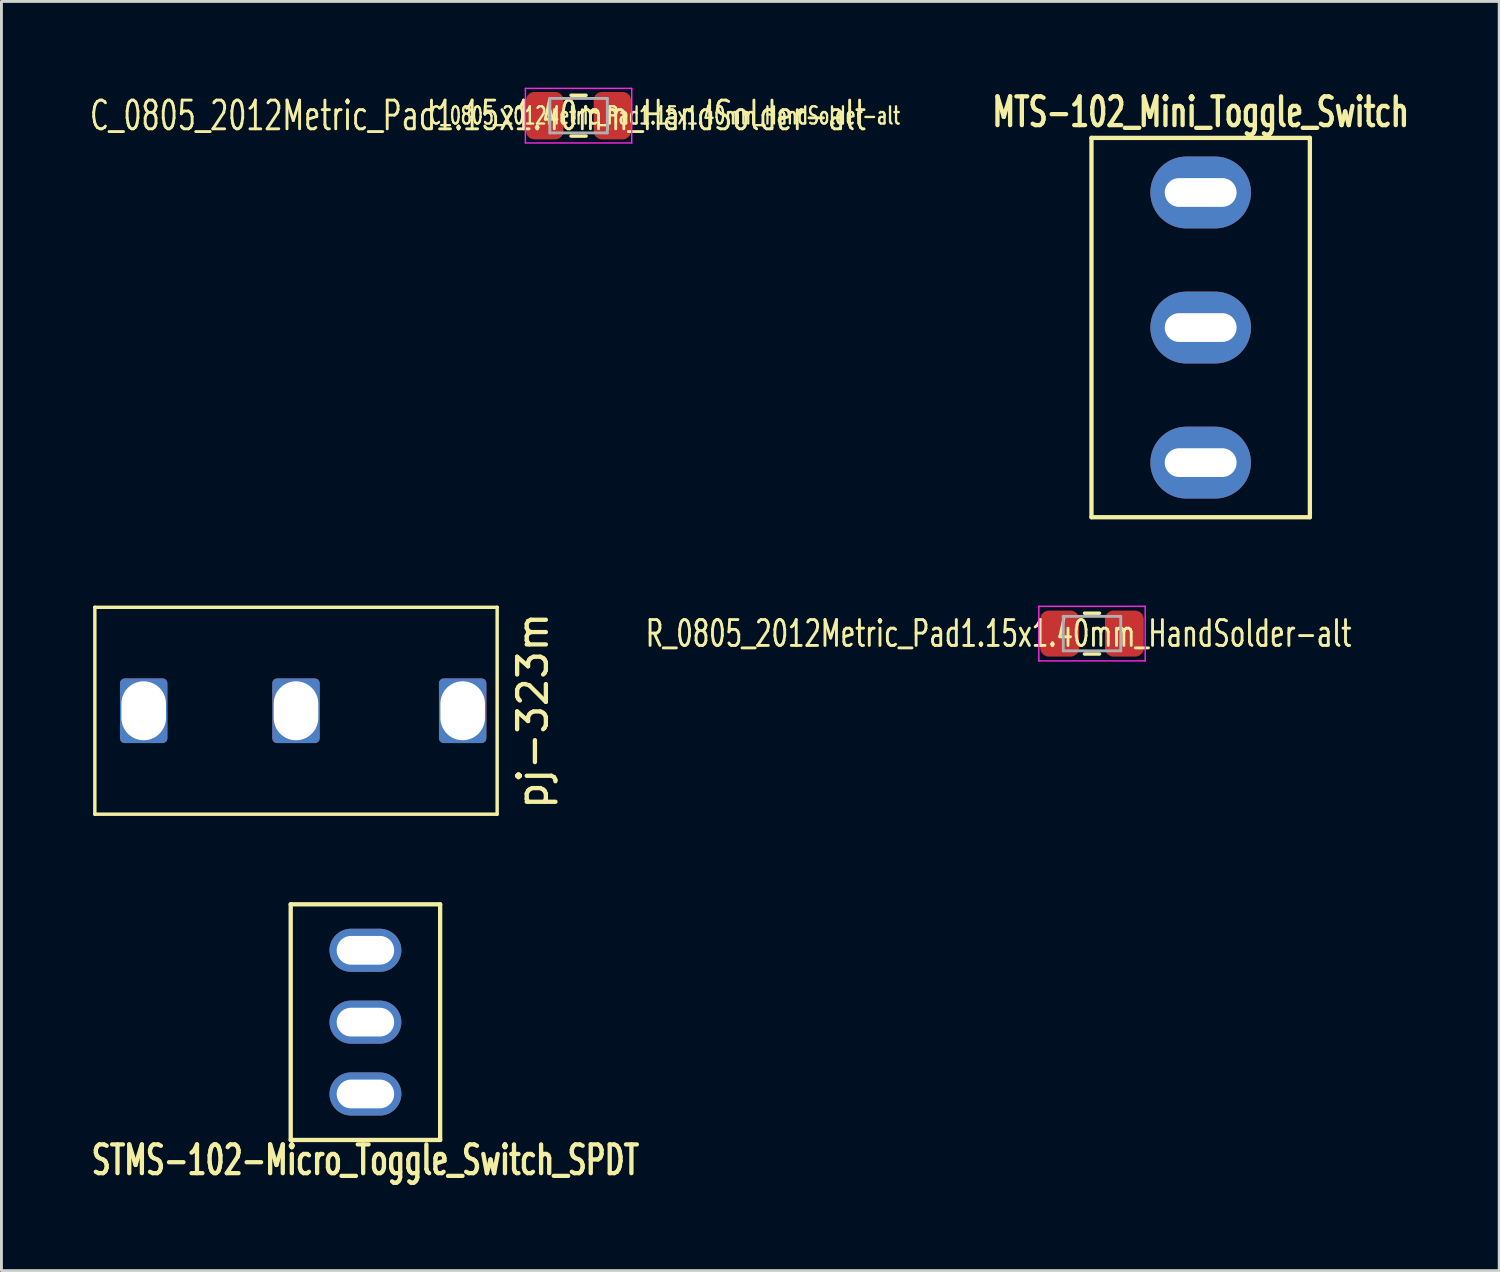
<source format=kicad_pcb>
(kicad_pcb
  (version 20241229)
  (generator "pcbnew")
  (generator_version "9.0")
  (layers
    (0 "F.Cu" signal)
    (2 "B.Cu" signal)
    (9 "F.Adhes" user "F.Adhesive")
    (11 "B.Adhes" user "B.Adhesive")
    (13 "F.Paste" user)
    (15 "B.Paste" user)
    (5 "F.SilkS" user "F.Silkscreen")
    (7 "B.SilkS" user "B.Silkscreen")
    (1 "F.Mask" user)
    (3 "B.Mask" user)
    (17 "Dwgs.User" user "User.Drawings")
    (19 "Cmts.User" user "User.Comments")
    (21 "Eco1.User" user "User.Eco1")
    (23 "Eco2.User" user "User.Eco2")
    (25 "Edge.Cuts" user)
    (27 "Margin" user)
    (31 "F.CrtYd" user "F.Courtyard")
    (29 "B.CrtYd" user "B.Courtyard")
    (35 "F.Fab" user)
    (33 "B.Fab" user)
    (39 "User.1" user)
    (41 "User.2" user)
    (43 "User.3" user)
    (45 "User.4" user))
  (footprint "R_0805_2012Metric_Pad1.15x1.40mm_HandSolder-alt"
    (layer "F.Cu")
    (at 34.95 18.998)
    (property "Reference" "R_0805_2012Metric_Pad1.15x1.40mm_HandSolder-alt" (at -3.25 0 0) (layer "F.SilkS") (effects (font (size 0.9 0.6) (thickness 0.1))))
    (attr smd)
    (fp_line (start -0.261 -0.71) (end 0.261 -0.71) (stroke (width 0.12) (type solid)) (layer "F.SilkS"))
    (fp_line (start -0.261 0.71) (end 0.261 0.71) (stroke (width 0.12) (type solid)) (layer "F.SilkS"))
    (fp_line (start -1.85 -0.95) (end 1.85 -0.95) (stroke (width 0.05) (type solid)) (layer "F.CrtYd"))
    (fp_line (start -1.85 0.95) (end -1.85 -0.95) (stroke (width 0.05) (type solid)) (layer "F.CrtYd"))
    (fp_line (start 1.85 -0.95) (end 1.85 0.95) (stroke (width 0.05) (type solid)) (layer "F.CrtYd"))
    (fp_line (start 1.85 0.95) (end -1.85 0.95) (stroke (width 0.05) (type solid)) (layer "F.CrtYd"))
    (fp_line (start -1 -0.6) (end 1 -0.6) (stroke (width 0.1) (type solid)) (layer "F.Fab"))
    (fp_line (start -1 0.6) (end -1 -0.6) (stroke (width 0.1) (type solid)) (layer "F.Fab"))
    (fp_line (start 1 -0.6) (end 1 0.6) (stroke (width 0.1) (type solid)) (layer "F.Fab"))
    (fp_line (start 1 0.6) (end -1 0.6) (stroke (width 0.1) (type solid)) (layer "F.Fab"))
    (pad "1" smd roundrect (at -1.025 0) (size 1.35 1.6) (drill (offset -0.1 0)) (layers "F.Cu" "F.Mask" "F.Paste") (roundrect_rratio 0.217))
    (pad "2" smd roundrect (at 1.025 0) (size 1.35 1.6) (drill (offset 0.1 0)) (layers "F.Cu" "F.Mask" "F.Paste") (roundrect_rratio 0.217)))
  (footprint "STMS-102-Micro_Toggle_Switch_SPDT"
    (layer "F.Cu")
    (at 9.666 32.518)
    (property "Reference" "STMS-102-Micro_Toggle_Switch_SPDT" (at 0 4.8 0) (layer "F.SilkS") (effects (font (size 1 0.66) (thickness 0.15))))
    (attr through_hole)
    (fp_line (start -2.6 4.1) (end -2.6 -4.1) (stroke (width 0.15) (type solid)) (layer "F.SilkS"))
    (fp_line (start -2.6 4.1) (end 2.6 4.1) (stroke (width 0.15) (type solid)) (layer "F.SilkS"))
    (fp_line (start 2.6 -4.1) (end -2.6 -4.1) (stroke (width 0.15) (type solid)) (layer "F.SilkS"))
    (fp_line (start 2.6 4.1) (end 2.6 -4.1) (stroke (width 0.15) (type solid)) (layer "F.SilkS"))
    (pad "1" thru_hole oval (at 0 -2.5) (size 2.5 1.5) (drill oval 2 1) (layers "*.Cu" "*.Mask" "B.Paste"))
    (pad "2" thru_hole oval (at 0 0) (size 2.5 1.5) (drill oval 2 1) (layers "*.Cu" "*.Mask" "B.Paste"))
    (pad "3" thru_hole oval (at 0 2.5) (size 2.5 1.5) (drill oval 2 1) (layers "*.Cu" "*.Mask" "B.Paste")))
  (footprint "MTS-102_Mini_Toggle_Switch"
    (layer "F.Cu")
    (at 38.731 8.348)
    (property "Reference" "MTS-102_Mini_Toggle_Switch" (at 0 -7.5 0) (layer "F.SilkS") (effects (font (size 1 0.66) (thickness 0.15))))
    (attr through_hole)
    (fp_line (start -3.8 6.6) (end -3.8 -6.6) (stroke (width 0.15) (type solid)) (layer "F.SilkS"))
    (fp_line (start 3.8 -6.6) (end -3.8 -6.6) (stroke (width 0.15) (type solid)) (layer "F.SilkS"))
    (fp_line (start 3.8 -6.6) (end 3.8 6.6) (stroke (width 0.15) (type solid)) (layer "F.SilkS"))
    (fp_line (start 3.8 6.6) (end -3.8 6.6) (stroke (width 0.15) (type solid)) (layer "F.SilkS"))
    (pad "1" thru_hole oval (at 0 -4.7) (size 3.5 2.5) (drill oval 2.5 1) (layers "*.Cu" "*.Mask" "B.Paste"))
    (pad "2" thru_hole oval (at 0 0) (size 3.5 2.5) (drill oval 2.5 1) (layers "*.Cu" "*.Mask" "B.Paste"))
    (pad "3" thru_hole oval (at 0 4.7) (size 3.5 2.5) (drill oval 2.5 1) (layers "*.Cu" "*.Mask" "B.Paste")))
  (footprint "pj-323m"
    (layer "F.Cu")
    (at 0.25 21.683)
    (property "Reference" "pj-323m" (at 15.24 0 90) (layer "F.SilkS") (effects (font (size 1 1) (thickness 0.15))))
    (attr through_hole)
    (fp_line (start 0 -3.6) (end 14 -3.6) (stroke (width 0.12) (type solid)) (layer "F.SilkS"))
    (fp_line (start 0 3.6) (end 0 -3.6) (stroke (width 0.12) (type solid)) (layer "F.SilkS"))
    (fp_line (start 0 3.6) (end 14 3.6) (stroke (width 0.12) (type solid)) (layer "F.SilkS"))
    (fp_line (start 14 3.6) (end 14 -3.6) (stroke (width 0.12) (type solid)) (layer "F.SilkS"))
    (pad "1" thru_hole roundrect (at 1.7 0) (size 1.65 2.25) (drill oval 1.55 2.05) (layers "*.Cu" "*.Paste" "*.Mask") (roundrect_rratio 0.1))
    (pad "2" thru_hole roundrect (at 12.8 0) (size 1.65 2.25) (drill oval 1.55 2.05) (layers "*.Cu" "*.Paste" "*.Mask") (roundrect_rratio 0.1))
    (pad "3" thru_hole roundrect (at 7 0) (size 1.65 2.25) (drill oval 1.55 2.05) (layers "*.Cu" "*.Paste" "*.Mask") (roundrect_rratio 0.1)))
  (footprint "C_0805_2012Metric_Pad1.15x1.40mm_HandSolder-alt"
    (layer "F.Cu")
    (at 17.083 0.975)
    (property "Reference" "C_0805_2012Metric_Pad1.15x1.40mm_HandSolder-alt" (at -3.5 0 0) (layer "F.SilkS") (effects (font (size 1 0.66) (thickness 0.1))))
    (attr smd)
    (fp_line (start -0.261 -0.71) (end 0.261 -0.71) (stroke (width 0.12) (type solid)) (layer "F.SilkS"))
    (fp_line (start -0.261 0.71) (end 0.261 0.71) (stroke (width 0.12) (type solid)) (layer "F.SilkS"))
    (fp_line (start -1.85 -0.95) (end 1.85 -0.95) (stroke (width 0.05) (type solid)) (layer "F.CrtYd"))
    (fp_line (start -1.85 0.95) (end -1.85 -0.95) (stroke (width 0.05) (type solid)) (layer "F.CrtYd"))
    (fp_line (start 1.85 -0.95) (end 1.85 0.95) (stroke (width 0.05) (type solid)) (layer "F.CrtYd"))
    (fp_line (start 1.85 0.95) (end -1.85 0.95) (stroke (width 0.05) (type solid)) (layer "F.CrtYd"))
    (fp_line (start -1 -0.6) (end 1 -0.6) (stroke (width 0.1) (type solid)) (layer "F.Fab"))
    (fp_line (start -1 0.6) (end -1 -0.6) (stroke (width 0.1) (type solid)) (layer "F.Fab"))
    (fp_line (start 1 -0.6) (end 1 0.6) (stroke (width 0.1) (type solid)) (layer "F.Fab"))
    (fp_line (start 1 0.6) (end -1 0.6) (stroke (width 0.1) (type solid)) (layer "F.Fab"))
    (fp_text user "${REFERENCE}" (at 3 0 0) (unlocked yes) (layer "F.SilkS") (effects (font (size 0.6 0.4) (thickness 0.08))))
    (pad "1" smd roundrect (at -1.025 0) (size 1.3 1.65) (drill (offset -0.15 0)) (layers "F.Cu" "F.Mask" "F.Paste") (roundrect_rratio 0.217))
    (pad "2" smd roundrect (at 1.025 0) (size 1.3 1.65) (drill (offset 0.15 0)) (layers "F.Cu" "F.Mask" "F.Paste") (roundrect_rratio 0.217)))
  (gr_rect
    (start -3 -3)
    (end 49.119 41.166)
    (stroke (width 0.1) (type default))
    (fill no)
    (layer "Edge.Cuts")))
</source>
